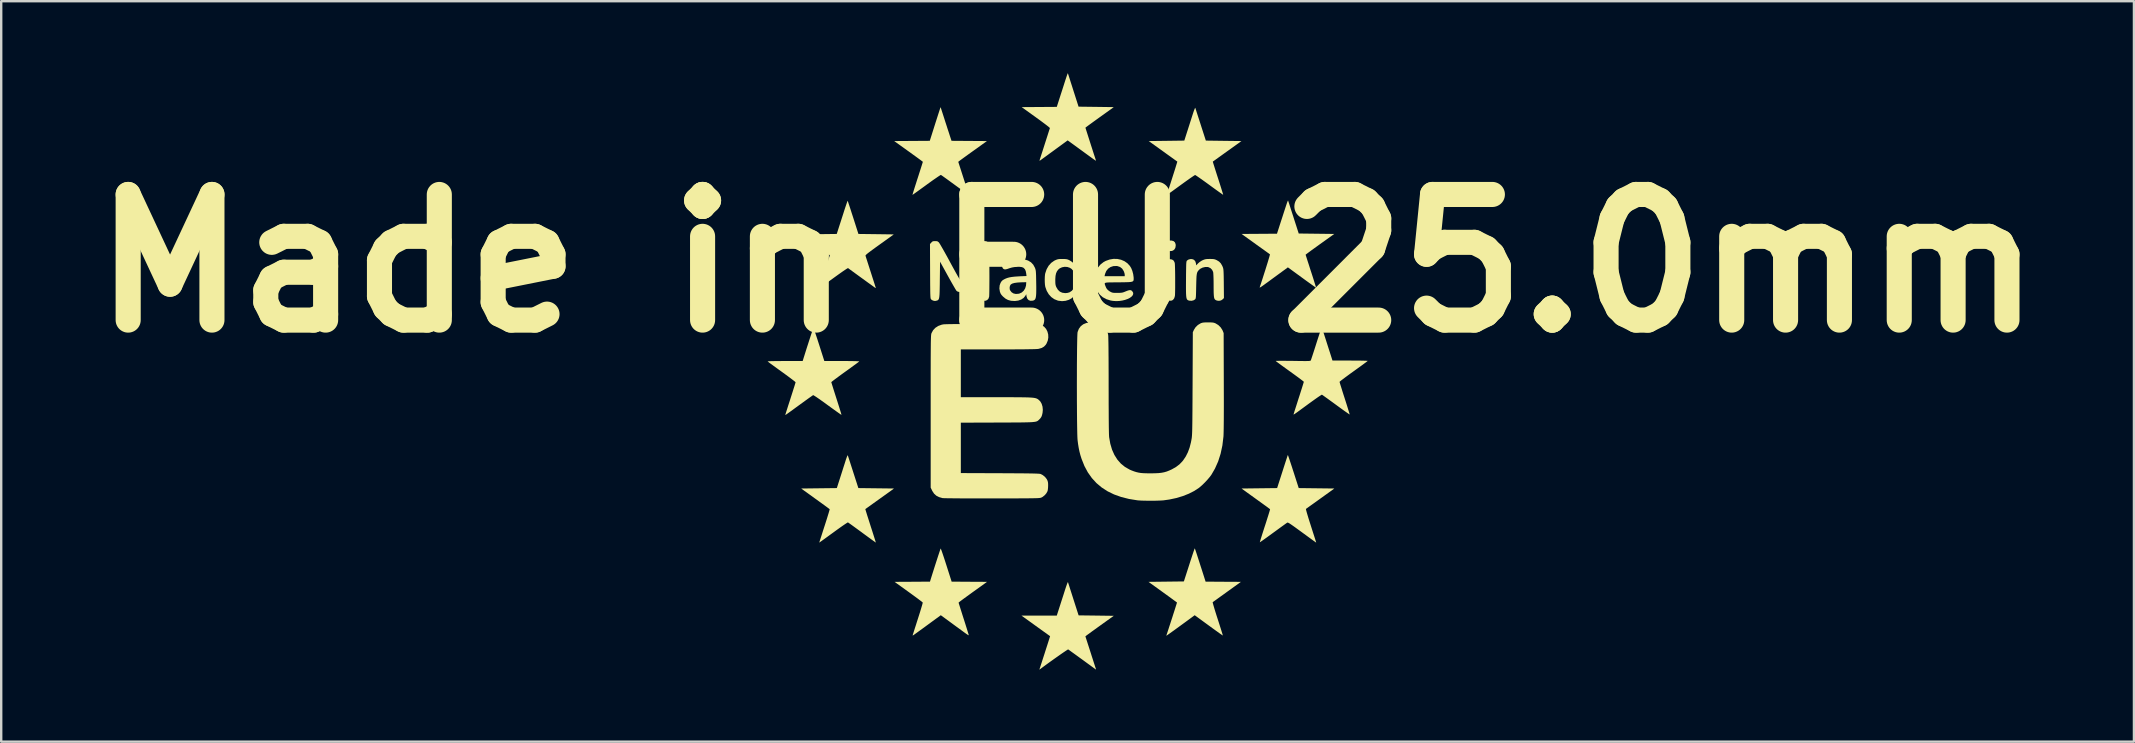
<source format=kicad_pcb>
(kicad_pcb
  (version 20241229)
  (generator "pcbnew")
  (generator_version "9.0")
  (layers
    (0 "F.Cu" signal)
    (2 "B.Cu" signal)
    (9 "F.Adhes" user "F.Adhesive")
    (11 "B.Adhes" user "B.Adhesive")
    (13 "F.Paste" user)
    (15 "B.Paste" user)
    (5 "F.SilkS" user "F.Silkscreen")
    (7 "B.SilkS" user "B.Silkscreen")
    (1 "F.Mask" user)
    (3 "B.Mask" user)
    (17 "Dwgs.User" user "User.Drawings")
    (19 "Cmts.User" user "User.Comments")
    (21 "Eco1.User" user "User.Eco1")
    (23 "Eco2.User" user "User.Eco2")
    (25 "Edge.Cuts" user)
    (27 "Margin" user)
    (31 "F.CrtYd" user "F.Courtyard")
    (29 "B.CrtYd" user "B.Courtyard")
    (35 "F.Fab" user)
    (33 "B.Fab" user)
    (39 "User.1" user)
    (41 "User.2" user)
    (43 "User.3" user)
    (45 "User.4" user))
  (footprint "Made in EU 25.0mm"
    (layer "F.Cu")
    (at 41.428 12.419)
    (property "Reference" "Made in EU 25.0mm" (at 0 -4.5 180) (layer "F.SilkS") (effects (font (size 5.235 5.235) (thickness 1.045))))
    (attr board_only exclude_from_pos_files exclude_from_bom)
    (fp_poly (pts (xy 4.34 -5.446) (xy 4.42 -5.421) (xy 4.473 -5.372) (xy 4.501 -5.299) (xy 4.506 -5.234) (xy 4.49 -5.142) (xy 4.445 -5.069) (xy 4.39 -5.029) (xy 4.327 -5.011) (xy 4.246 -5.008) (xy 4.165 -5.018) (xy 4.116 -5.033) (xy 4.059 -5.077) (xy 4.022 -5.142) (xy 4.006 -5.22) (xy 4.012 -5.299) (xy 4.043 -5.369) (xy 4.067 -5.397) (xy 4.106 -5.425) (xy 4.158 -5.441) (xy 4.231 -5.449)) (stroke (width 0) (type solid)) (fill yes) (layer "F.SilkS"))
    (fp_poly (pts (xy 4.351 -4.657) (xy 4.415 -4.616) (xy 4.455 -4.546) (xy 4.467 -4.502) (xy 4.471 -4.462) (xy 4.474 -4.391) (xy 4.477 -4.293) (xy 4.48 -4.176) (xy 4.482 -4.043) (xy 4.483 -3.902) (xy 4.483 -3.757) (xy 4.483 -3.615) (xy 4.483 -3.481) (xy 4.481 -3.36) (xy 4.479 -3.259) (xy 4.476 -3.182) (xy 4.472 -3.137) (xy 4.444 -3.043) (xy 4.409 -2.995) (xy 4.37 -2.96) (xy 4.329 -2.944) (xy 4.268 -2.94) (xy 4.265 -2.94) (xy 4.185 -2.949) (xy 4.126 -2.977) (xy 4.125 -2.978) (xy 4.087 -3.022) (xy 4.059 -3.079) (xy 4.057 -3.085) (xy 4.052 -3.123) (xy 4.048 -3.193) (xy 4.044 -3.289) (xy 4.041 -3.405) (xy 4.039 -3.538) (xy 4.038 -3.68) (xy 4.038 -3.827) (xy 4.039 -3.973) (xy 4.04 -4.113) (xy 4.042 -4.242) (xy 4.045 -4.353) (xy 4.049 -4.442) (xy 4.053 -4.502) (xy 4.057 -4.525) (xy 4.094 -4.602) (xy 4.156 -4.65) (xy 4.241 -4.67) (xy 4.263 -4.67)) (stroke (width 0) (type solid)) (fill yes) (layer "F.SilkS"))
    (fp_poly (pts (xy 9.189 -7.11) (xy 9.189 -7.108) (xy 9.197 -7.085) (xy 9.215 -7.03) (xy 9.242 -6.948) (xy 9.276 -6.842) (xy 9.316 -6.718) (xy 9.361 -6.578) (xy 9.41 -6.428) (xy 9.415 -6.41) (xy 9.631 -5.74) (xy 10.371 -5.731) (xy 11.111 -5.722) (xy 10.514 -5.295) (xy 10.383 -5.2) (xy 10.262 -5.113) (xy 10.154 -5.035) (xy 10.063 -4.968) (xy 9.991 -4.914) (xy 9.942 -4.877) (xy 9.919 -4.859) (xy 9.918 -4.857) (xy 9.924 -4.838) (xy 9.94 -4.787) (xy 9.965 -4.709) (xy 9.997 -4.607) (xy 10.037 -4.485) (xy 10.081 -4.347) (xy 10.129 -4.197) (xy 10.139 -4.168) (xy 10.188 -4.017) (xy 10.233 -3.877) (xy 10.272 -3.752) (xy 10.305 -3.647) (xy 10.331 -3.564) (xy 10.347 -3.509) (xy 10.354 -3.484) (xy 10.354 -3.483) (xy 10.338 -3.492) (xy 10.296 -3.521) (xy 10.23 -3.567) (xy 10.144 -3.629) (xy 10.041 -3.703) (xy 9.924 -3.787) (xy 9.797 -3.88) (xy 9.765 -3.903) (xy 9.18 -4.33) (xy 8.623 -3.923) (xy 8.469 -3.81) (xy 8.343 -3.717) (xy 8.241 -3.644) (xy 8.162 -3.586) (xy 8.102 -3.544) (xy 8.059 -3.515) (xy 8.03 -3.498) (xy 8.014 -3.49) (xy 8.006 -3.491) (xy 8.005 -3.497) (xy 8.008 -3.509) (xy 8.009 -3.511) (xy 8.069 -3.693) (xy 8.128 -3.874) (xy 8.184 -4.05) (xy 8.238 -4.218) (xy 8.287 -4.375) (xy 8.331 -4.516) (xy 8.368 -4.639) (xy 8.398 -4.739) (xy 8.419 -4.814) (xy 8.43 -4.861) (xy 8.431 -4.874) (xy 8.413 -4.887) (xy 8.369 -4.919) (xy 8.3 -4.968) (xy 8.212 -5.032) (xy 8.107 -5.107) (xy 7.988 -5.192) (xy 7.859 -5.284) (xy 7.833 -5.303) (xy 7.25 -5.722) (xy 7.988 -5.727) (xy 8.725 -5.732) (xy 8.885 -6.229) (xy 8.951 -6.432) (xy 9.006 -6.603) (xy 9.052 -6.744) (xy 9.089 -6.857) (xy 9.118 -6.945) (xy 9.141 -7.012) (xy 9.158 -7.059) (xy 9.171 -7.09) (xy 9.179 -7.107) (xy 9.185 -7.113)) (stroke (width 0) (type solid)) (fill yes) (layer "F.SilkS"))
    (fp_poly (pts (xy 0.024 8.807) (xy 0.041 8.862) (xy 0.068 8.944) (xy 0.101 9.049) (xy 0.141 9.174) (xy 0.186 9.314) (xy 0.234 9.465) (xy 0.242 9.49) (xy 0.46 10.169) (xy 1.192 10.178) (xy 1.924 10.188) (xy 1.376 10.581) (xy 1.248 10.673) (xy 1.129 10.759) (xy 1.021 10.836) (xy 0.93 10.903) (xy 0.857 10.956) (xy 0.808 10.992) (xy 0.786 11.009) (xy 0.743 11.044) (xy 0.959 11.713) (xy 1.007 11.865) (xy 1.053 12.006) (xy 1.093 12.132) (xy 1.128 12.239) (xy 1.155 12.324) (xy 1.174 12.381) (xy 1.183 12.408) (xy 1.183 12.409) (xy 1.183 12.425) (xy 1.168 12.417) (xy 1.142 12.397) (xy 1.091 12.36) (xy 1.019 12.308) (xy 0.931 12.243) (xy 0.83 12.17) (xy 0.721 12.09) (xy 0.607 12.007) (xy 0.493 11.925) (xy 0.382 11.844) (xy 0.28 11.77) (xy 0.189 11.705) (xy 0.115 11.651) (xy 0.06 11.611) (xy 0.03 11.59) (xy 0.025 11.587) (xy 0.007 11.595) (xy -0.037 11.623) (xy -0.103 11.667) (xy -0.188 11.724) (xy -0.288 11.793) (xy -0.397 11.87) (xy -0.514 11.952) (xy -0.633 12.037) (xy -0.752 12.122) (xy -0.865 12.204) (xy -0.969 12.28) (xy -1.061 12.348) (xy -1.136 12.405) (xy -1.153 12.418) (xy -1.172 12.429) (xy -1.169 12.412) (xy -1.169 12.411) (xy -1.161 12.387) (xy -1.143 12.332) (xy -1.117 12.251) (xy -1.084 12.151) (xy -1.047 12.034) (xy -1.006 11.907) (xy -0.963 11.775) (xy -0.921 11.642) (xy -0.879 11.513) (xy -0.841 11.394) (xy -0.807 11.289) (xy -0.78 11.203) (xy -0.761 11.142) (xy -0.752 11.114) (xy -0.728 11.036) (xy -1.325 10.607) (xy -1.922 10.178) (xy -1.185 10.178) (xy -0.449 10.178) (xy -0.316 9.764) (xy -0.271 9.623) (xy -0.222 9.472) (xy -0.174 9.322) (xy -0.13 9.184) (xy -0.093 9.068) (xy -0.088 9.054) (xy -0.056 8.958) (xy -0.028 8.878) (xy -0.005 8.82) (xy 0.01 8.787) (xy 0.016 8.784)) (stroke (width 0) (type solid)) (fill yes) (layer "F.SilkS"))
    (fp_poly (pts (xy -5.137 -10.532) (xy -5.092 -10.39) (xy -5.045 -10.247) (xy -5.001 -10.109) (xy -4.96 -9.985) (xy -4.927 -9.883) (xy -4.91 -9.83) (xy -4.835 -9.602) (xy -4.097 -9.597) (xy -3.359 -9.592) (xy -3.889 -9.212) (xy -4.016 -9.121) (xy -4.136 -9.035) (xy -4.245 -8.956) (xy -4.339 -8.888) (xy -4.413 -8.834) (xy -4.465 -8.796) (xy -4.487 -8.78) (xy -4.554 -8.727) (xy -4.334 -8.044) (xy -4.285 -7.892) (xy -4.241 -7.752) (xy -4.201 -7.626) (xy -4.168 -7.52) (xy -4.143 -7.437) (xy -4.127 -7.381) (xy -4.12 -7.356) (xy -4.12 -7.354) (xy -4.136 -7.364) (xy -4.179 -7.393) (xy -4.244 -7.439) (xy -4.33 -7.5) (xy -4.433 -7.574) (xy -4.549 -7.657) (xy -4.675 -7.749) (xy -4.69 -7.76) (xy -4.818 -7.853) (xy -4.937 -7.94) (xy -5.043 -8.017) (xy -5.134 -8.082) (xy -5.205 -8.133) (xy -5.254 -8.166) (xy -5.276 -8.181) (xy -5.277 -8.181) (xy -5.296 -8.173) (xy -5.343 -8.144) (xy -5.412 -8.098) (xy -5.501 -8.037) (xy -5.607 -7.964) (xy -5.725 -7.879) (xy -5.853 -7.787) (xy -5.876 -7.77) (xy -6.005 -7.676) (xy -6.124 -7.59) (xy -6.23 -7.513) (xy -6.32 -7.449) (xy -6.391 -7.398) (xy -6.438 -7.365) (xy -6.46 -7.35) (xy -6.461 -7.35) (xy -6.457 -7.367) (xy -6.444 -7.416) (xy -6.421 -7.492) (xy -6.39 -7.592) (xy -6.352 -7.713) (xy -6.308 -7.85) (xy -6.261 -7.999) (xy -6.249 -8.034) (xy -6.2 -8.186) (xy -6.155 -8.327) (xy -6.115 -8.452) (xy -6.081 -8.559) (xy -6.055 -8.643) (xy -6.037 -8.7) (xy -6.029 -8.726) (xy -6.029 -8.727) (xy -6.043 -8.739) (xy -6.085 -8.771) (xy -6.151 -8.82) (xy -6.237 -8.883) (xy -6.34 -8.958) (xy -6.458 -9.043) (xy -6.586 -9.136) (xy -6.626 -9.164) (xy -7.223 -9.592) (xy -6.482 -9.597) (xy -5.74 -9.602) (xy -5.565 -10.155) (xy -5.519 -10.3) (xy -5.474 -10.441) (xy -5.432 -10.572) (xy -5.395 -10.687) (xy -5.365 -10.78) (xy -5.344 -10.845) (xy -5.34 -10.858) (xy -5.29 -11.006)) (stroke (width 0) (type solid)) (fill yes) (layer "F.SilkS"))
    (fp_poly (pts (xy -5.279 7.397) (xy -5.261 7.443) (xy -5.234 7.517) (xy -5.2 7.616) (xy -5.16 7.735) (xy -5.115 7.871) (xy -5.067 8.021) (xy -5.052 8.067) (xy -4.83 8.764) (xy -4.093 8.769) (xy -3.355 8.773) (xy -3.948 9.199) (xy -4.078 9.293) (xy -4.199 9.381) (xy -4.307 9.459) (xy -4.397 9.526) (xy -4.469 9.58) (xy -4.517 9.617) (xy -4.539 9.636) (xy -4.54 9.637) (xy -4.535 9.658) (xy -4.519 9.709) (xy -4.494 9.788) (xy -4.462 9.891) (xy -4.423 10.013) (xy -4.38 10.15) (xy -4.332 10.3) (xy -4.326 10.318) (xy -4.278 10.468) (xy -4.234 10.608) (xy -4.195 10.732) (xy -4.163 10.837) (xy -4.138 10.919) (xy -4.122 10.974) (xy -4.116 10.998) (xy -4.117 10.999) (xy -4.132 10.994) (xy -4.172 10.971) (xy -4.228 10.933) (xy -4.28 10.896) (xy -4.338 10.853) (xy -4.42 10.793) (xy -4.521 10.719) (xy -4.634 10.637) (xy -4.753 10.55) (xy -4.859 10.472) (xy -5.281 10.163) (xy -5.79 10.535) (xy -5.914 10.626) (xy -6.033 10.713) (xy -6.141 10.791) (xy -6.235 10.859) (xy -6.309 10.913) (xy -6.361 10.95) (xy -6.38 10.964) (xy -6.426 10.996) (xy -6.449 11.007) (xy -6.454 10.999) (xy -6.448 10.976) (xy -6.439 10.949) (xy -6.42 10.89) (xy -6.393 10.805) (xy -6.359 10.697) (xy -6.318 10.571) (xy -6.274 10.431) (xy -6.23 10.294) (xy -6.183 10.147) (xy -6.14 10.01) (xy -6.103 9.888) (xy -6.073 9.786) (xy -6.05 9.706) (xy -6.037 9.654) (xy -6.034 9.634) (xy -6.051 9.618) (xy -6.094 9.583) (xy -6.162 9.532) (xy -6.249 9.466) (xy -6.354 9.389) (xy -6.472 9.303) (xy -6.6 9.21) (xy -6.625 9.192) (xy -7.208 8.773) (xy -6.47 8.769) (xy -5.732 8.764) (xy -5.697 8.648) (xy -5.66 8.53) (xy -5.619 8.4) (xy -5.575 8.261) (xy -5.53 8.119) (xy -5.484 7.977) (xy -5.44 7.841) (xy -5.399 7.714) (xy -5.362 7.602) (xy -5.331 7.508) (xy -5.307 7.437) (xy -5.292 7.395) (xy -5.287 7.383)) (stroke (width 0) (type solid)) (fill yes) (layer "F.SilkS"))
    (fp_poly (pts (xy 2.076 -4.68) (xy 2.229 -4.647) (xy 2.37 -4.587) (xy 2.493 -4.501) (xy 2.595 -4.391) (xy 2.651 -4.3) (xy 2.699 -4.182) (xy 2.734 -4.049) (xy 2.752 -3.918) (xy 2.754 -3.878) (xy 2.754 -3.834) (xy 2.751 -3.799) (xy 2.741 -3.771) (xy 2.721 -3.75) (xy 2.687 -3.734) (xy 2.636 -3.723) (xy 2.564 -3.716) (xy 2.467 -3.712) (xy 2.341 -3.709) (xy 2.183 -3.707) (xy 2.11 -3.707) (xy 1.947 -3.705) (xy 1.817 -3.704) (xy 1.717 -3.702) (xy 1.644 -3.698) (xy 1.594 -3.69) (xy 1.564 -3.68) (xy 1.55 -3.664) (xy 1.548 -3.643) (xy 1.555 -3.615) (xy 1.568 -3.579) (xy 1.574 -3.561) (xy 1.616 -3.463) (xy 1.673 -3.391) (xy 1.752 -3.331) (xy 1.775 -3.319) (xy 1.82 -3.295) (xy 1.86 -3.28) (xy 1.904 -3.271) (xy 1.964 -3.267) (xy 2.048 -3.267) (xy 2.075 -3.267) (xy 2.171 -3.268) (xy 2.241 -3.273) (xy 2.296 -3.282) (xy 2.349 -3.299) (xy 2.4 -3.32) (xy 2.496 -3.358) (xy 2.566 -3.379) (xy 2.618 -3.381) (xy 2.659 -3.367) (xy 2.688 -3.343) (xy 2.729 -3.283) (xy 2.736 -3.223) (xy 2.713 -3.165) (xy 2.664 -3.109) (xy 2.593 -3.058) (xy 2.502 -3.013) (xy 2.396 -2.975) (xy 2.277 -2.947) (xy 2.151 -2.929) (xy 2.02 -2.924) (xy 1.887 -2.933) (xy 1.794 -2.949) (xy 1.618 -3.004) (xy 1.468 -3.085) (xy 1.345 -3.192) (xy 1.248 -3.324) (xy 1.181 -3.478) (xy 1.142 -3.654) (xy 1.133 -3.805) (xy 1.145 -3.963) (xy 1.541 -3.963) (xy 1.962 -3.963) (xy 2.382 -3.963) (xy 2.382 -4.024) (xy 2.374 -4.075) (xy 2.353 -4.141) (xy 2.336 -4.181) (xy 2.273 -4.278) (xy 2.187 -4.345) (xy 2.08 -4.382) (xy 2.041 -4.387) (xy 1.908 -4.382) (xy 1.79 -4.343) (xy 1.69 -4.275) (xy 1.613 -4.179) (xy 1.563 -4.059) (xy 1.554 -4.024) (xy 1.541 -3.963) (xy 1.145 -3.963) (xy 1.147 -3.999) (xy 1.192 -4.171) (xy 1.265 -4.32) (xy 1.368 -4.446) (xy 1.499 -4.549) (xy 1.593 -4.6) (xy 1.754 -4.657) (xy 1.916 -4.684)) (stroke (width 0) (type solid)) (fill yes) (layer "F.SilkS"))
    (fp_poly (pts (xy 5.303 7.385) (xy 5.311 7.404) (xy 5.322 7.436) (xy 5.339 7.486) (xy 5.362 7.554) (xy 5.392 7.645) (xy 5.429 7.76) (xy 5.475 7.902) (xy 5.53 8.074) (xy 5.596 8.278) (xy 5.61 8.322) (xy 5.751 8.764) (xy 6.487 8.769) (xy 7.223 8.773) (xy 6.641 9.192) (xy 6.512 9.286) (xy 6.391 9.372) (xy 6.283 9.45) (xy 6.192 9.516) (xy 6.119 9.568) (xy 6.07 9.603) (xy 6.047 9.62) (xy 6.046 9.62) (xy 6.048 9.64) (xy 6.061 9.69) (xy 6.083 9.769) (xy 6.113 9.871) (xy 6.15 9.993) (xy 6.193 10.131) (xy 6.241 10.281) (xy 6.253 10.317) (xy 6.302 10.469) (xy 6.347 10.61) (xy 6.387 10.736) (xy 6.42 10.842) (xy 6.446 10.926) (xy 6.462 10.982) (xy 6.469 11.008) (xy 6.469 11.009) (xy 6.454 11) (xy 6.411 10.971) (xy 6.345 10.925) (xy 6.259 10.863) (xy 6.156 10.789) (xy 6.039 10.705) (xy 5.912 10.612) (xy 5.88 10.589) (xy 5.297 10.163) (xy 5.202 10.233) (xy 5.078 10.324) (xy 4.949 10.419) (xy 4.817 10.515) (xy 4.688 10.609) (xy 4.563 10.7) (xy 4.448 10.784) (xy 4.344 10.858) (xy 4.256 10.921) (xy 4.187 10.97) (xy 4.141 11.002) (xy 4.121 11.016) (xy 4.121 11.016) (xy 4.117 11.004) (xy 4.118 11.002) (xy 4.125 10.982) (xy 4.142 10.931) (xy 4.167 10.855) (xy 4.199 10.758) (xy 4.236 10.643) (xy 4.277 10.518) (xy 4.32 10.385) (xy 4.364 10.25) (xy 4.406 10.117) (xy 4.447 9.991) (xy 4.483 9.878) (xy 4.514 9.78) (xy 4.538 9.704) (xy 4.553 9.654) (xy 4.559 9.634) (xy 4.559 9.634) (xy 4.544 9.622) (xy 4.503 9.591) (xy 4.437 9.543) (xy 4.351 9.48) (xy 4.248 9.405) (xy 4.131 9.32) (xy 4.002 9.227) (xy 3.965 9.2) (xy 3.371 8.773) (xy 4.109 8.764) (xy 4.846 8.755) (xy 5.069 8.062) (xy 5.118 7.909) (xy 5.164 7.769) (xy 5.205 7.644) (xy 5.24 7.539) (xy 5.269 7.457) (xy 5.288 7.402) (xy 5.299 7.378) (xy 5.3 7.377)) (stroke (width 0) (type solid)) (fill yes) (layer "F.SilkS"))
    (fp_poly (pts (xy 0.019 -12.398) (xy 0.036 -12.346) (xy 0.062 -12.266) (xy 0.095 -12.162) (xy 0.134 -12.038) (xy 0.179 -11.899) (xy 0.227 -11.748) (xy 0.238 -11.713) (xy 0.458 -11.025) (xy 1.192 -11.016) (xy 1.926 -11.006) (xy 1.335 -10.582) (xy 1.205 -10.488) (xy 1.084 -10.401) (xy 0.977 -10.323) (xy 0.886 -10.257) (xy 0.815 -10.204) (xy 0.767 -10.168) (xy 0.745 -10.15) (xy 0.744 -10.149) (xy 0.75 -10.131) (xy 0.765 -10.082) (xy 0.789 -10.007) (xy 0.82 -9.91) (xy 0.856 -9.797) (xy 0.896 -9.672) (xy 0.938 -9.54) (xy 0.981 -9.405) (xy 1.024 -9.273) (xy 1.064 -9.147) (xy 1.101 -9.033) (xy 1.133 -8.936) (xy 1.158 -8.859) (xy 1.172 -8.815) (xy 1.178 -8.799) (xy 1.183 -8.786) (xy 1.183 -8.778) (xy 1.177 -8.777) (xy 1.161 -8.784) (xy 1.133 -8.802) (xy 1.09 -8.832) (xy 1.029 -8.875) (xy 0.948 -8.934) (xy 0.844 -9.01) (xy 0.713 -9.105) (xy 0.633 -9.164) (xy 0.509 -9.254) (xy 0.392 -9.339) (xy 0.287 -9.416) (xy 0.197 -9.481) (xy 0.127 -9.532) (xy 0.08 -9.566) (xy 0.063 -9.579) (xy 0.004 -9.62) (xy -0.496 -9.255) (xy -0.62 -9.164) (xy -0.739 -9.078) (xy -0.847 -8.998) (xy -0.941 -8.93) (xy -1.017 -8.875) (xy -1.069 -8.837) (xy -1.086 -8.824) (xy -1.136 -8.788) (xy -1.161 -8.774) (xy -1.169 -8.778) (xy -1.163 -8.8) (xy -1.163 -8.803) (xy -1.154 -8.829) (xy -1.136 -8.886) (xy -1.11 -8.968) (xy -1.077 -9.071) (xy -1.039 -9.188) (xy -0.998 -9.317) (xy -0.955 -9.451) (xy -0.912 -9.585) (xy -0.87 -9.716) (xy -0.831 -9.837) (xy -0.797 -9.944) (xy -0.769 -10.032) (xy -0.748 -10.095) (xy -0.737 -10.13) (xy -0.736 -10.134) (xy -0.749 -10.149) (xy -0.789 -10.184) (xy -0.853 -10.235) (xy -0.938 -10.3) (xy -1.04 -10.376) (xy -1.157 -10.463) (xy -1.285 -10.555) (xy -1.32 -10.581) (xy -1.912 -11.006) (xy -1.18 -11.011) (xy -0.449 -11.016) (xy -0.316 -11.43) (xy -0.271 -11.571) (xy -0.222 -11.722) (xy -0.174 -11.872) (xy -0.13 -12.01) (xy -0.093 -12.126) (xy -0.088 -12.14) (xy -0.056 -12.237) (xy -0.029 -12.318) (xy -0.007 -12.379) (xy 0.008 -12.414) (xy 0.012 -12.419)) (stroke (width 0) (type solid)) (fill yes) (layer "F.SilkS"))
    (fp_poly (pts (xy 9.185 3.503) (xy 9.202 3.55) (xy 9.228 3.626) (xy 9.261 3.725) (xy 9.301 3.845) (xy 9.346 3.981) (xy 9.394 4.131) (xy 9.408 4.173) (xy 9.631 4.866) (xy 10.373 4.875) (xy 11.116 4.884) (xy 10.533 5.303) (xy 10.402 5.397) (xy 10.281 5.484) (xy 10.173 5.561) (xy 10.08 5.627) (xy 10.007 5.68) (xy 9.957 5.716) (xy 9.933 5.733) (xy 9.932 5.734) (xy 9.933 5.754) (xy 9.945 5.806) (xy 9.967 5.887) (xy 9.999 5.995) (xy 10.038 6.126) (xy 10.086 6.277) (xy 10.138 6.44) (xy 10.187 6.593) (xy 10.232 6.735) (xy 10.273 6.861) (xy 10.307 6.968) (xy 10.333 7.052) (xy 10.351 7.109) (xy 10.358 7.136) (xy 10.359 7.138) (xy 10.343 7.128) (xy 10.301 7.098) (xy 10.236 7.051) (xy 10.15 6.989) (xy 10.047 6.914) (xy 9.931 6.829) (xy 9.803 6.736) (xy 9.771 6.712) (xy 9.622 6.604) (xy 9.5 6.515) (xy 9.403 6.445) (xy 9.326 6.392) (xy 9.268 6.352) (xy 9.225 6.326) (xy 9.194 6.31) (xy 9.173 6.304) (xy 9.158 6.304) (xy 9.147 6.308) (xy 9.124 6.325) (xy 9.074 6.36) (xy 9.001 6.413) (xy 8.909 6.479) (xy 8.802 6.557) (xy 8.683 6.644) (xy 8.563 6.731) (xy 8.438 6.822) (xy 8.323 6.906) (xy 8.221 6.979) (xy 8.135 7.04) (xy 8.069 7.086) (xy 8.027 7.114) (xy 8.01 7.123) (xy 8.014 7.105) (xy 8.029 7.055) (xy 8.052 6.977) (xy 8.084 6.875) (xy 8.122 6.754) (xy 8.166 6.617) (xy 8.214 6.467) (xy 8.224 6.438) (xy 8.273 6.286) (xy 8.317 6.146) (xy 8.357 6.021) (xy 8.39 5.914) (xy 8.415 5.831) (xy 8.431 5.775) (xy 8.437 5.749) (xy 8.437 5.748) (xy 8.42 5.733) (xy 8.379 5.702) (xy 8.318 5.656) (xy 8.244 5.602) (xy 8.211 5.579) (xy 8.13 5.52) (xy 8.027 5.446) (xy 7.909 5.361) (xy 7.786 5.272) (xy 7.664 5.184) (xy 7.62 5.153) (xy 7.248 4.884) (xy 7.99 4.875) (xy 8.731 4.866) (xy 8.951 4.181) (xy 9 4.028) (xy 9.045 3.888) (xy 9.086 3.762) (xy 9.121 3.655) (xy 9.148 3.572) (xy 9.167 3.515) (xy 9.177 3.489) (xy 9.178 3.488)) (stroke (width 0) (type solid)) (fill yes) (layer "F.SilkS"))
    (fp_poly (pts (xy -9.157 3.498) (xy -9.15 3.522) (xy -9.132 3.577) (xy -9.105 3.659) (xy -9.071 3.764) (xy -9.031 3.889) (xy -8.986 4.028) (xy -8.937 4.179) (xy -8.932 4.196) (xy -8.716 4.866) (xy -7.973 4.875) (xy -7.23 4.884) (xy -7.825 5.311) (xy -7.956 5.405) (xy -8.078 5.492) (xy -8.186 5.57) (xy -8.278 5.636) (xy -8.351 5.688) (xy -8.4 5.723) (xy -8.424 5.74) (xy -8.426 5.742) (xy -8.421 5.76) (xy -8.407 5.809) (xy -8.383 5.886) (xy -8.352 5.988) (xy -8.313 6.109) (xy -8.269 6.247) (xy -8.221 6.397) (xy -8.208 6.44) (xy -8.158 6.593) (xy -8.113 6.734) (xy -8.073 6.861) (xy -8.039 6.968) (xy -8.013 7.052) (xy -7.996 7.109) (xy -7.988 7.136) (xy -7.988 7.137) (xy -8.003 7.127) (xy -8.045 7.097) (xy -8.111 7.05) (xy -8.196 6.988) (xy -8.298 6.914) (xy -8.414 6.829) (xy -8.54 6.737) (xy -8.559 6.722) (xy -8.688 6.628) (xy -8.807 6.541) (xy -8.914 6.463) (xy -9.005 6.397) (xy -9.077 6.346) (xy -9.126 6.311) (xy -9.149 6.296) (xy -9.15 6.295) (xy -9.169 6.304) (xy -9.215 6.332) (xy -9.285 6.378) (xy -9.374 6.439) (xy -9.479 6.513) (xy -9.598 6.598) (xy -9.726 6.691) (xy -9.759 6.715) (xy -9.889 6.809) (xy -10.008 6.896) (xy -10.114 6.973) (xy -10.204 7.038) (xy -10.275 7.089) (xy -10.323 7.123) (xy -10.345 7.137) (xy -10.346 7.138) (xy -10.34 7.12) (xy -10.325 7.07) (xy -10.3 6.992) (xy -10.267 6.89) (xy -10.228 6.769) (xy -10.184 6.631) (xy -10.136 6.481) (xy -10.124 6.446) (xy -10.075 6.293) (xy -10.03 6.152) (xy -9.991 6.025) (xy -9.958 5.918) (xy -9.933 5.833) (xy -9.917 5.775) (xy -9.911 5.748) (xy -9.911 5.746) (xy -9.927 5.733) (xy -9.971 5.7) (xy -10.038 5.65) (xy -10.125 5.586) (xy -10.23 5.51) (xy -10.348 5.425) (xy -10.476 5.332) (xy -10.509 5.309) (xy -11.099 4.884) (xy -10.356 4.875) (xy -9.613 4.866) (xy -9.467 4.41) (xy -9.422 4.269) (xy -9.376 4.125) (xy -9.332 3.985) (xy -9.291 3.859) (xy -9.258 3.756) (xy -9.245 3.712) (xy -9.216 3.627) (xy -9.191 3.559) (xy -9.171 3.514) (xy -9.159 3.497)) (stroke (width 0) (type solid)) (fill yes) (layer "F.SilkS"))
    (fp_poly (pts (xy 5.328 -10.954) (xy 5.346 -10.9) (xy 5.372 -10.818) (xy 5.406 -10.712) (xy 5.446 -10.588) (xy 5.491 -10.449) (xy 5.54 -10.298) (xy 5.545 -10.281) (xy 5.761 -9.611) (xy 6.503 -9.601) (xy 7.245 -9.592) (xy 6.651 -9.166) (xy 6.52 -9.072) (xy 6.399 -8.985) (xy 6.29 -8.907) (xy 6.198 -8.841) (xy 6.126 -8.789) (xy 6.076 -8.754) (xy 6.053 -8.737) (xy 6.051 -8.736) (xy 6.056 -8.718) (xy 6.07 -8.668) (xy 6.094 -8.591) (xy 6.126 -8.49) (xy 6.164 -8.369) (xy 6.208 -8.231) (xy 6.256 -8.082) (xy 6.268 -8.046) (xy 6.317 -7.893) (xy 6.362 -7.752) (xy 6.401 -7.627) (xy 6.434 -7.52) (xy 6.46 -7.437) (xy 6.477 -7.38) (xy 6.484 -7.354) (xy 6.484 -7.353) (xy 6.468 -7.362) (xy 6.425 -7.391) (xy 6.36 -7.437) (xy 6.274 -7.498) (xy 6.171 -7.572) (xy 6.055 -7.656) (xy 5.929 -7.748) (xy 5.91 -7.762) (xy 5.781 -7.856) (xy 5.661 -7.942) (xy 5.554 -8.018) (xy 5.462 -8.082) (xy 5.389 -8.132) (xy 5.339 -8.165) (xy 5.315 -8.178) (xy 5.314 -8.178) (xy 5.293 -8.167) (xy 5.246 -8.137) (xy 5.175 -8.089) (xy 5.085 -8.027) (xy 4.98 -7.952) (xy 4.861 -7.867) (xy 4.734 -7.775) (xy 4.719 -7.764) (xy 4.591 -7.671) (xy 4.473 -7.585) (xy 4.368 -7.509) (xy 4.279 -7.445) (xy 4.21 -7.396) (xy 4.163 -7.363) (xy 4.143 -7.35) (xy 4.142 -7.35) (xy 4.141 -7.365) (xy 4.15 -7.401) (xy 4.175 -7.478) (xy 4.207 -7.576) (xy 4.244 -7.691) (xy 4.285 -7.818) (xy 4.328 -7.952) (xy 4.371 -8.088) (xy 4.414 -8.223) (xy 4.455 -8.351) (xy 4.492 -8.468) (xy 4.523 -8.57) (xy 4.548 -8.651) (xy 4.565 -8.707) (xy 4.573 -8.734) (xy 4.573 -8.736) (xy 4.558 -8.747) (xy 4.515 -8.778) (xy 4.449 -8.825) (xy 4.362 -8.888) (xy 4.258 -8.963) (xy 4.14 -9.047) (xy 4.012 -9.14) (xy 3.975 -9.166) (xy 3.382 -9.592) (xy 4.123 -9.601) (xy 4.864 -9.611) (xy 4.995 -10.02) (xy 5.04 -10.16) (xy 5.088 -10.31) (xy 5.135 -10.457) (xy 5.178 -10.593) (xy 5.214 -10.705) (xy 5.218 -10.717) (xy 5.249 -10.812) (xy 5.277 -10.89) (xy 5.3 -10.946) (xy 5.315 -10.976) (xy 5.32 -10.978)) (stroke (width 0) (type solid)) (fill yes) (layer "F.SilkS"))
    (fp_poly (pts (xy -9.154 -7.083) (xy -9.137 -7.033) (xy -9.111 -6.954) (xy -9.077 -6.852) (xy -9.037 -6.73) (xy -8.993 -6.592) (xy -8.944 -6.442) (xy -8.933 -6.408) (xy -8.714 -5.722) (xy -7.977 -5.713) (xy -7.24 -5.703) (xy -7.835 -5.276) (xy -7.987 -5.167) (xy -8.11 -5.077) (xy -8.209 -5.004) (xy -8.285 -4.947) (xy -8.341 -4.903) (xy -8.38 -4.869) (xy -8.404 -4.845) (xy -8.416 -4.827) (xy -8.418 -4.814) (xy -8.418 -4.811) (xy -8.408 -4.782) (xy -8.39 -4.723) (xy -8.363 -4.64) (xy -8.33 -4.537) (xy -8.292 -4.418) (xy -8.251 -4.29) (xy -8.208 -4.157) (xy -8.165 -4.023) (xy -8.124 -3.894) (xy -8.085 -3.774) (xy -8.051 -3.669) (xy -8.024 -3.582) (xy -8.004 -3.52) (xy -7.993 -3.487) (xy -7.992 -3.483) (xy -7.994 -3.468) (xy -8.006 -3.473) (xy -8.025 -3.485) (xy -8.069 -3.517) (xy -8.135 -3.565) (xy -8.219 -3.626) (xy -8.317 -3.696) (xy -8.424 -3.774) (xy -8.537 -3.856) (xy -8.652 -3.939) (xy -8.763 -4.02) (xy -8.868 -4.096) (xy -8.962 -4.165) (xy -9.041 -4.222) (xy -9.101 -4.266) (xy -9.138 -4.294) (xy -9.146 -4.299) (xy -9.165 -4.292) (xy -9.21 -4.265) (xy -9.28 -4.219) (xy -9.37 -4.158) (xy -9.478 -4.082) (xy -9.6 -3.995) (xy -9.734 -3.898) (xy -9.749 -3.887) (xy -9.879 -3.793) (xy -9.999 -3.706) (xy -10.106 -3.628) (xy -10.197 -3.563) (xy -10.269 -3.512) (xy -10.318 -3.477) (xy -10.341 -3.462) (xy -10.342 -3.461) (xy -10.343 -3.475) (xy -10.339 -3.489) (xy -10.331 -3.513) (xy -10.313 -3.568) (xy -10.286 -3.65) (xy -10.252 -3.755) (xy -10.212 -3.879) (xy -10.167 -4.018) (xy -10.12 -4.164) (xy -10.072 -4.312) (xy -10.028 -4.45) (xy -9.989 -4.572) (xy -9.955 -4.675) (xy -9.93 -4.755) (xy -9.912 -4.808) (xy -9.905 -4.829) (xy -9.919 -4.844) (xy -9.959 -4.877) (xy -10.023 -4.928) (xy -10.108 -4.992) (xy -10.211 -5.069) (xy -10.328 -5.155) (xy -10.456 -5.248) (xy -10.494 -5.276) (xy -11.09 -5.703) (xy -10.353 -5.713) (xy -9.616 -5.722) (xy -9.527 -6.001) (xy -9.493 -6.106) (xy -9.451 -6.235) (xy -9.405 -6.38) (xy -9.357 -6.528) (xy -9.312 -6.67) (xy -9.304 -6.696) (xy -9.266 -6.812) (xy -9.231 -6.915) (xy -9.202 -7.001) (xy -9.18 -7.063) (xy -9.166 -7.097) (xy -9.162 -7.102)) (stroke (width 0) (type solid)) (fill yes) (layer "F.SilkS"))
    (fp_poly (pts (xy 6.016 -4.679) (xy 6.081 -4.674) (xy 6.132 -4.664) (xy 6.181 -4.646) (xy 6.22 -4.627) (xy 6.312 -4.571) (xy 6.383 -4.499) (xy 6.44 -4.402) (xy 6.463 -4.351) (xy 6.474 -4.321) (xy 6.483 -4.291) (xy 6.49 -4.256) (xy 6.495 -4.211) (xy 6.499 -4.152) (xy 6.502 -4.075) (xy 6.505 -3.974) (xy 6.507 -3.846) (xy 6.509 -3.686) (xy 6.509 -3.651) (xy 6.515 -3.051) (xy 6.459 -2.996) (xy 6.392 -2.952) (xy 6.309 -2.935) (xy 6.224 -2.945) (xy 6.166 -2.971) (xy 6.143 -2.99) (xy 6.124 -3.015) (xy 6.11 -3.05) (xy 6.1 -3.1) (xy 6.093 -3.169) (xy 6.088 -3.261) (xy 6.086 -3.38) (xy 6.085 -3.531) (xy 6.085 -3.589) (xy 6.084 -3.745) (xy 6.081 -3.881) (xy 6.077 -3.994) (xy 6.072 -4.078) (xy 6.066 -4.131) (xy 6.064 -4.139) (xy 6.022 -4.228) (xy 5.954 -4.297) (xy 5.869 -4.338) (xy 5.839 -4.345) (xy 5.733 -4.345) (xy 5.625 -4.319) (xy 5.53 -4.271) (xy 5.491 -4.239) (xy 5.457 -4.204) (xy 5.43 -4.171) (xy 5.409 -4.135) (xy 5.393 -4.091) (xy 5.382 -4.034) (xy 5.373 -3.96) (xy 5.368 -3.864) (xy 5.364 -3.741) (xy 5.36 -3.587) (xy 5.359 -3.541) (xy 5.356 -3.39) (xy 5.353 -3.272) (xy 5.35 -3.182) (xy 5.347 -3.116) (xy 5.342 -3.07) (xy 5.336 -3.038) (xy 5.328 -3.017) (xy 5.318 -3.003) (xy 5.311 -2.995) (xy 5.248 -2.956) (xy 5.168 -2.937) (xy 5.085 -2.941) (xy 5.048 -2.949) (xy 5.018 -2.96) (xy 4.994 -2.976) (xy 4.974 -3.001) (xy 4.959 -3.037) (xy 4.948 -3.089) (xy 4.941 -3.16) (xy 4.936 -3.252) (xy 4.934 -3.369) (xy 4.933 -3.515) (xy 4.934 -3.692) (xy 4.935 -3.837) (xy 4.936 -4.022) (xy 4.938 -4.174) (xy 4.94 -4.296) (xy 4.942 -4.392) (xy 4.944 -4.464) (xy 4.948 -4.518) (xy 4.952 -4.555) (xy 4.958 -4.581) (xy 4.965 -4.598) (xy 4.974 -4.61) (xy 4.976 -4.613) (xy 5.036 -4.654) (xy 5.115 -4.676) (xy 5.187 -4.675) (xy 5.263 -4.647) (xy 5.317 -4.59) (xy 5.347 -4.506) (xy 5.348 -4.498) (xy 5.361 -4.413) (xy 5.434 -4.493) (xy 5.502 -4.552) (xy 5.586 -4.607) (xy 5.624 -4.626) (xy 5.684 -4.651) (xy 5.736 -4.667) (xy 5.793 -4.676) (xy 5.868 -4.679) (xy 5.927 -4.68)) (stroke (width 0) (type solid)) (fill yes) (layer "F.SilkS"))
    (fp_poly (pts (xy 0.618 -5.418) (xy 0.686 -5.383) (xy 0.712 -5.36) (xy 0.763 -5.303) (xy 0.763 -4.195) (xy 0.763 -3.956) (xy 0.763 -3.751) (xy 0.762 -3.578) (xy 0.761 -3.433) (xy 0.759 -3.315) (xy 0.755 -3.22) (xy 0.751 -3.145) (xy 0.745 -3.088) (xy 0.737 -3.045) (xy 0.728 -3.015) (xy 0.716 -2.993) (xy 0.702 -2.978) (xy 0.685 -2.967) (xy 0.668 -2.958) (xy 0.614 -2.942) (xy 0.543 -2.938) (xy 0.473 -2.944) (xy 0.428 -2.959) (xy 0.389 -2.996) (xy 0.356 -3.057) (xy 0.337 -3.127) (xy 0.335 -3.158) (xy 0.335 -3.209) (xy 0.277 -3.138) (xy 0.177 -3.046) (xy 0.055 -2.978) (xy -0.083 -2.936) (xy -0.23 -2.922) (xy -0.379 -2.939) (xy -0.411 -2.947) (xy -0.553 -3.004) (xy -0.678 -3.092) (xy -0.784 -3.209) (xy -0.868 -3.35) (xy -0.926 -3.513) (xy -0.929 -3.526) (xy -0.942 -3.606) (xy -0.949 -3.709) (xy -0.951 -3.805) (xy -0.511 -3.805) (xy -0.51 -3.708) (xy -0.506 -3.637) (xy -0.496 -3.583) (xy -0.481 -3.536) (xy -0.469 -3.508) (xy -0.403 -3.397) (xy -0.322 -3.32) (xy -0.223 -3.274) (xy -0.103 -3.257) (xy -0.093 -3.257) (xy -0.006 -3.265) (xy 0.072 -3.287) (xy 0.084 -3.291) (xy 0.181 -3.356) (xy 0.254 -3.449) (xy 0.304 -3.571) (xy 0.329 -3.721) (xy 0.331 -3.75) (xy 0.328 -3.919) (xy 0.3 -4.061) (xy 0.246 -4.176) (xy 0.167 -4.265) (xy 0.093 -4.312) (xy -0.009 -4.346) (xy -0.12 -4.353) (xy -0.229 -4.333) (xy -0.325 -4.29) (xy -0.385 -4.24) (xy -0.442 -4.165) (xy -0.48 -4.077) (xy -0.502 -3.971) (xy -0.511 -3.838) (xy -0.511 -3.805) (xy -0.951 -3.805) (xy -0.951 -3.823) (xy -0.948 -3.935) (xy -0.939 -4.032) (xy -0.929 -4.084) (xy -0.872 -4.252) (xy -0.789 -4.397) (xy -0.683 -4.516) (xy -0.556 -4.606) (xy -0.516 -4.626) (xy -0.457 -4.651) (xy -0.405 -4.667) (xy -0.348 -4.676) (xy -0.274 -4.679) (xy -0.214 -4.679) (xy -0.125 -4.678) (xy -0.061 -4.673) (xy -0.01 -4.663) (xy 0.038 -4.645) (xy 0.081 -4.624) (xy 0.154 -4.58) (xy 0.225 -4.524) (xy 0.262 -4.487) (xy 0.335 -4.405) (xy 0.335 -4.844) (xy 0.336 -5.012) (xy 0.339 -5.146) (xy 0.344 -5.245) (xy 0.35 -5.307) (xy 0.356 -5.329) (xy 0.4 -5.384) (xy 0.464 -5.417) (xy 0.54 -5.429)) (stroke (width 0) (type solid)) (fill yes) (layer "F.SilkS"))
    (fp_poly (pts (xy -1.963 -4.684) (xy -1.789 -4.66) (xy -1.643 -4.613) (xy -1.523 -4.54) (xy -1.43 -4.442) (xy -1.362 -4.317) (xy -1.358 -4.308) (xy -1.345 -4.271) (xy -1.334 -4.235) (xy -1.326 -4.194) (xy -1.32 -4.143) (xy -1.316 -4.076) (xy -1.312 -3.988) (xy -1.31 -3.874) (xy -1.307 -3.729) (xy -1.307 -3.716) (xy -1.304 -3.529) (xy -1.304 -3.377) (xy -1.306 -3.254) (xy -1.312 -3.158) (xy -1.322 -3.085) (xy -1.337 -3.031) (xy -1.357 -2.993) (xy -1.384 -2.968) (xy -1.417 -2.952) (xy -1.451 -2.942) (xy -1.544 -2.937) (xy -1.619 -2.963) (xy -1.674 -3.02) (xy -1.706 -3.106) (xy -1.711 -3.133) (xy -1.721 -3.21) (xy -1.762 -3.14) (xy -1.834 -3.054) (xy -1.933 -2.989) (xy -2.054 -2.946) (xy -2.191 -2.928) (xy -2.341 -2.936) (xy -2.366 -2.94) (xy -2.48 -2.971) (xy -2.583 -3.025) (xy -2.684 -3.109) (xy -2.692 -3.116) (xy -2.752 -3.181) (xy -2.791 -3.241) (xy -2.818 -3.313) (xy -2.82 -3.319) (xy -2.841 -3.452) (xy -2.838 -3.48) (xy -2.414 -3.48) (xy -2.407 -3.406) (xy -2.395 -3.376) (xy -2.334 -3.295) (xy -2.252 -3.243) (xy -2.152 -3.221) (xy -2.037 -3.231) (xy -2.004 -3.239) (xy -1.907 -3.284) (xy -1.825 -3.359) (xy -1.766 -3.456) (xy -1.732 -3.568) (xy -1.728 -3.61) (xy -1.721 -3.712) (xy -1.935 -3.707) (xy -2.093 -3.697) (xy -2.219 -3.679) (xy -2.311 -3.651) (xy -2.368 -3.614) (xy -2.371 -3.612) (xy -2.402 -3.554) (xy -2.414 -3.48) (xy -2.838 -3.48) (xy -2.829 -3.581) (xy -2.792 -3.682) (xy -2.756 -3.742) (xy -2.712 -3.788) (xy -2.651 -3.827) (xy -2.586 -3.859) (xy -2.51 -3.889) (xy -2.424 -3.912) (xy -2.321 -3.93) (xy -2.197 -3.944) (xy -2.044 -3.954) (xy -1.976 -3.958) (xy -1.71 -3.969) (xy -1.723 -4.073) (xy -1.743 -4.176) (xy -1.776 -4.251) (xy -1.828 -4.305) (xy -1.848 -4.319) (xy -1.908 -4.341) (xy -1.994 -4.352) (xy -2.097 -4.353) (xy -2.208 -4.343) (xy -2.317 -4.324) (xy -2.416 -4.295) (xy -2.426 -4.292) (xy -2.521 -4.259) (xy -2.59 -4.245) (xy -2.641 -4.25) (xy -2.68 -4.273) (xy -2.699 -4.294) (xy -2.729 -4.359) (xy -2.729 -4.432) (xy -2.701 -4.499) (xy -2.669 -4.534) (xy -2.599 -4.574) (xy -2.501 -4.611) (xy -2.384 -4.642) (xy -2.255 -4.666) (xy -2.124 -4.681) (xy -1.999 -4.685)) (stroke (width 0) (type solid)) (fill yes) (layer "F.SilkS"))
    (fp_poly (pts (xy -10.582 -1.794) (xy -10.564 -1.748) (xy -10.538 -1.674) (xy -10.504 -1.575) (xy -10.464 -1.456) (xy -10.419 -1.319) (xy -10.371 -1.17) (xy -10.356 -1.124) (xy -10.134 -0.428) (xy -9.402 -0.428) (xy -9.204 -0.428) (xy -9.036 -0.426) (xy -8.898 -0.424) (xy -8.793 -0.421) (xy -8.721 -0.417) (xy -8.685 -0.413) (xy -8.68 -0.41) (xy -8.697 -0.395) (xy -8.741 -0.362) (xy -8.809 -0.311) (xy -8.897 -0.247) (xy -9.001 -0.171) (xy -9.119 -0.085) (xy -9.247 0.007) (xy -9.267 0.021) (xy -9.396 0.114) (xy -9.515 0.201) (xy -9.62 0.279) (xy -9.709 0.345) (xy -9.778 0.398) (xy -9.824 0.434) (xy -9.843 0.452) (xy -9.843 0.452) (xy -9.838 0.474) (xy -9.822 0.526) (xy -9.797 0.606) (xy -9.765 0.709) (xy -9.726 0.832) (xy -9.682 0.97) (xy -9.634 1.12) (xy -9.628 1.139) (xy -9.58 1.289) (xy -9.536 1.428) (xy -9.497 1.552) (xy -9.465 1.656) (xy -9.44 1.737) (xy -9.425 1.792) (xy -9.42 1.815) (xy -9.42 1.815) (xy -9.436 1.807) (xy -9.479 1.778) (xy -9.545 1.732) (xy -9.631 1.671) (xy -9.734 1.597) (xy -9.851 1.513) (xy -9.977 1.421) (xy -10.001 1.404) (xy -10.143 1.3) (xy -10.271 1.209) (xy -10.382 1.131) (xy -10.473 1.069) (xy -10.542 1.025) (xy -10.585 0.999) (xy -10.601 0.994) (xy -10.621 1.007) (xy -10.668 1.04) (xy -10.738 1.089) (xy -10.828 1.153) (xy -10.933 1.229) (xy -11.05 1.314) (xy -11.17 1.401) (xy -11.319 1.509) (xy -11.44 1.598) (xy -11.537 1.668) (xy -11.612 1.722) (xy -11.668 1.762) (xy -11.707 1.79) (xy -11.734 1.808) (xy -11.749 1.817) (xy -11.757 1.819) (xy -11.76 1.817) (xy -11.76 1.814) (xy -11.754 1.794) (xy -11.739 1.743) (xy -11.714 1.664) (xy -11.681 1.562) (xy -11.643 1.441) (xy -11.598 1.303) (xy -11.55 1.155) (xy -11.546 1.141) (xy -11.498 0.991) (xy -11.453 0.851) (xy -11.414 0.726) (xy -11.38 0.621) (xy -11.355 0.538) (xy -11.338 0.482) (xy -11.332 0.457) (xy -11.332 0.456) (xy -11.347 0.441) (xy -11.388 0.406) (xy -11.454 0.355) (xy -11.54 0.29) (xy -11.643 0.213) (xy -11.76 0.127) (xy -11.887 0.035) (xy -11.909 0.019) (xy -12.039 -0.074) (xy -12.158 -0.161) (xy -12.265 -0.239) (xy -12.356 -0.305) (xy -12.426 -0.357) (xy -12.474 -0.394) (xy -12.496 -0.411) (xy -12.497 -0.412) (xy -12.481 -0.415) (xy -12.432 -0.419) (xy -12.353 -0.422) (xy -12.248 -0.424) (xy -12.121 -0.426) (xy -11.975 -0.427) (xy -11.815 -0.428) (xy -11.771 -0.428) (xy -11.036 -0.428) (xy -11 -0.544) (xy -10.96 -0.671) (xy -10.917 -0.808) (xy -10.872 -0.952) (xy -10.825 -1.097) (xy -10.779 -1.24) (xy -10.735 -1.377) (xy -10.694 -1.502) (xy -10.658 -1.611) (xy -10.629 -1.701) (xy -10.606 -1.766) (xy -10.593 -1.802) (xy -10.59 -1.808)) (stroke (width 0) (type solid)) (fill yes) (layer "F.SilkS"))
    (fp_poly (pts (xy -3.389 -5.415) (xy -3.329 -5.385) (xy -3.29 -5.33) (xy -3.275 -5.286) (xy -3.272 -5.256) (xy -3.269 -5.193) (xy -3.266 -5.101) (xy -3.264 -4.984) (xy -3.262 -4.847) (xy -3.26 -4.694) (xy -3.258 -4.528) (xy -3.257 -4.354) (xy -3.257 -4.177) (xy -3.256 -4) (xy -3.256 -3.828) (xy -3.257 -3.664) (xy -3.258 -3.514) (xy -3.259 -3.38) (xy -3.261 -3.268) (xy -3.263 -3.181) (xy -3.266 -3.124) (xy -3.268 -3.106) (xy -3.297 -3.023) (xy -3.351 -2.966) (xy -3.426 -2.937) (xy -3.515 -2.94) (xy -3.531 -2.944) (xy -3.56 -2.952) (xy -3.584 -2.962) (xy -3.604 -2.977) (xy -3.62 -3) (xy -3.633 -3.035) (xy -3.642 -3.085) (xy -3.649 -3.154) (xy -3.655 -3.244) (xy -3.658 -3.358) (xy -3.661 -3.501) (xy -3.664 -3.676) (xy -3.666 -3.825) (xy -3.675 -4.592) (xy -3.945 -4.098) (xy -4.042 -3.92) (xy -4.123 -3.773) (xy -4.189 -3.652) (xy -4.244 -3.556) (xy -4.287 -3.481) (xy -4.322 -3.424) (xy -4.349 -3.383) (xy -4.372 -3.355) (xy -4.39 -3.336) (xy -4.407 -3.325) (xy -4.424 -3.319) (xy -4.436 -3.315) (xy -4.524 -3.305) (xy -4.596 -3.328) (xy -4.63 -3.356) (xy -4.647 -3.381) (xy -4.68 -3.435) (xy -4.726 -3.514) (xy -4.783 -3.613) (xy -4.849 -3.729) (xy -4.921 -3.858) (xy -4.99 -3.982) (xy -5.312 -4.567) (xy -5.322 -3.814) (xy -5.324 -3.615) (xy -5.327 -3.45) (xy -5.33 -3.315) (xy -5.334 -3.208) (xy -5.341 -3.124) (xy -5.35 -3.061) (xy -5.363 -3.016) (xy -5.38 -2.984) (xy -5.402 -2.963) (xy -5.429 -2.95) (xy -5.463 -2.941) (xy -5.503 -2.932) (xy -5.508 -2.931) (xy -5.545 -2.932) (xy -5.593 -2.942) (xy -5.647 -2.966) (xy -5.686 -2.997) (xy -5.693 -3.007) (xy -5.7 -3.02) (xy -5.705 -3.038) (xy -5.71 -3.066) (xy -5.713 -3.105) (xy -5.716 -3.159) (xy -5.719 -3.23) (xy -5.721 -3.322) (xy -5.722 -3.437) (xy -5.724 -3.577) (xy -5.725 -3.747) (xy -5.726 -3.948) (xy -5.727 -4.169) (xy -5.732 -5.302) (xy -5.677 -5.363) (xy -5.641 -5.399) (xy -5.606 -5.417) (xy -5.558 -5.423) (xy -5.519 -5.424) (xy -5.455 -5.421) (xy -5.412 -5.41) (xy -5.377 -5.383) (xy -5.361 -5.368) (xy -5.342 -5.341) (xy -5.306 -5.284) (xy -5.258 -5.201) (xy -5.197 -5.096) (xy -5.128 -4.973) (xy -5.051 -4.835) (xy -4.969 -4.686) (xy -4.903 -4.563) (xy -4.82 -4.41) (xy -4.742 -4.268) (xy -4.672 -4.14) (xy -4.61 -4.03) (xy -4.559 -3.94) (xy -4.52 -3.874) (xy -4.495 -3.834) (xy -4.487 -3.825) (xy -4.476 -3.843) (xy -4.449 -3.891) (xy -4.408 -3.964) (xy -4.355 -4.061) (xy -4.292 -4.177) (xy -4.22 -4.308) (xy -4.142 -4.453) (xy -4.081 -4.565) (xy -3.997 -4.719) (xy -3.917 -4.865) (xy -3.843 -4.999) (xy -3.776 -5.117) (xy -3.72 -5.217) (xy -3.675 -5.293) (xy -3.644 -5.343) (xy -3.632 -5.359) (xy -3.597 -5.397) (xy -3.564 -5.416) (xy -3.518 -5.423) (xy -3.475 -5.424)) (stroke (width 0) (type solid)) (fill yes) (layer "F.SilkS"))
    (fp_poly (pts (xy 10.595 -1.807) (xy 10.613 -1.76) (xy 10.638 -1.688) (xy 10.668 -1.598) (xy 10.702 -1.494) (xy 10.702 -1.493) (xy 10.745 -1.361) (xy 10.794 -1.207) (xy 10.845 -1.047) (xy 10.894 -0.894) (xy 10.923 -0.805) (xy 11.037 -0.447) (xy 11.771 -0.447) (xy 11.932 -0.446) (xy 12.081 -0.445) (xy 12.213 -0.444) (xy 12.326 -0.442) (xy 12.414 -0.439) (xy 12.474 -0.437) (xy 12.502 -0.434) (xy 12.504 -0.433) (xy 12.489 -0.419) (xy 12.447 -0.386) (xy 12.381 -0.337) (xy 12.295 -0.273) (xy 12.192 -0.198) (xy 12.074 -0.113) (xy 11.946 -0.021) (xy 11.917 -0.00027) (xy 11.787 0.093) (xy 11.667 0.181) (xy 11.561 0.259) (xy 11.471 0.327) (xy 11.4 0.381) (xy 11.353 0.42) (xy 11.333 0.439) (xy 11.332 0.441) (xy 11.338 0.463) (xy 11.353 0.517) (xy 11.378 0.598) (xy 11.411 0.702) (xy 11.449 0.826) (xy 11.493 0.964) (xy 11.542 1.114) (xy 11.546 1.128) (xy 11.594 1.278) (xy 11.638 1.416) (xy 11.676 1.539) (xy 11.708 1.643) (xy 11.733 1.724) (xy 11.748 1.777) (xy 11.753 1.8) (xy 11.753 1.8) (xy 11.736 1.791) (xy 11.694 1.762) (xy 11.628 1.716) (xy 11.541 1.655) (xy 11.439 1.582) (xy 11.323 1.498) (xy 11.197 1.406) (xy 11.182 1.395) (xy 11.055 1.302) (xy 10.936 1.216) (xy 10.83 1.139) (xy 10.739 1.074) (xy 10.668 1.023) (xy 10.62 0.989) (xy 10.598 0.975) (xy 10.597 0.974) (xy 10.578 0.983) (xy 10.532 1.012) (xy 10.463 1.057) (xy 10.375 1.118) (xy 10.272 1.191) (xy 10.156 1.274) (xy 10.044 1.355) (xy 9.89 1.468) (xy 9.763 1.561) (xy 9.661 1.636) (xy 9.581 1.694) (xy 9.521 1.737) (xy 9.477 1.767) (xy 9.447 1.787) (xy 9.428 1.797) (xy 9.419 1.8) (xy 9.416 1.798) (xy 9.415 1.796) (xy 9.421 1.776) (xy 9.437 1.724) (xy 9.461 1.645) (xy 9.494 1.543) (xy 9.533 1.421) (xy 9.577 1.283) (xy 9.624 1.134) (xy 9.629 1.119) (xy 9.678 0.969) (xy 9.722 0.829) (xy 9.762 0.705) (xy 9.795 0.599) (xy 9.82 0.517) (xy 9.837 0.462) (xy 9.843 0.437) (xy 9.843 0.437) (xy 9.828 0.422) (xy 9.787 0.389) (xy 9.721 0.339) (xy 9.635 0.274) (xy 9.531 0.198) (xy 9.414 0.113) (xy 9.286 0.02) (xy 9.257 0) (xy 9.128 -0.093) (xy 9.008 -0.18) (xy 8.901 -0.257) (xy 8.811 -0.324) (xy 8.74 -0.376) (xy 8.693 -0.412) (xy 8.672 -0.43) (xy 8.672 -0.431) (xy 8.689 -0.433) (xy 8.74 -0.435) (xy 8.821 -0.436) (xy 8.926 -0.437) (xy 9.053 -0.436) (xy 9.197 -0.435) (xy 9.354 -0.433) (xy 9.395 -0.433) (xy 9.578 -0.43) (xy 9.727 -0.428) (xy 9.847 -0.427) (xy 9.939 -0.427) (xy 10.009 -0.428) (xy 10.059 -0.43) (xy 10.093 -0.434) (xy 10.114 -0.439) (xy 10.127 -0.446) (xy 10.134 -0.454) (xy 10.136 -0.458) (xy 10.145 -0.483) (xy 10.164 -0.54) (xy 10.192 -0.623) (xy 10.227 -0.73) (xy 10.268 -0.856) (xy 10.313 -0.996) (xy 10.361 -1.147) (xy 10.364 -1.158) (xy 10.412 -1.308) (xy 10.457 -1.446) (xy 10.497 -1.568) (xy 10.531 -1.671) (xy 10.558 -1.75) (xy 10.577 -1.802) (xy 10.586 -1.823) (xy 10.586 -1.823)) (stroke (width 0) (type solid)) (fill yes) (layer "F.SilkS"))
    (fp_poly (pts (xy 1.203 -2.035) (xy 1.276 -2.023) (xy 1.339 -2.004) (xy 1.384 -1.984) (xy 1.498 -1.911) (xy 1.585 -1.816) (xy 1.647 -1.696) (xy 1.686 -1.549) (xy 1.693 -1.504) (xy 1.696 -1.465) (xy 1.698 -1.392) (xy 1.7 -1.285) (xy 1.703 -1.149) (xy 1.705 -0.985) (xy 1.706 -0.795) (xy 1.708 -0.581) (xy 1.709 -0.347) (xy 1.71 -0.093) (xy 1.711 0.176) (xy 1.711 0.46) (xy 1.711 0.605) (xy 1.712 0.987) (xy 1.712 1.331) (xy 1.714 1.639) (xy 1.715 1.909) (xy 1.717 2.142) (xy 1.719 2.338) (xy 1.722 2.496) (xy 1.725 2.618) (xy 1.729 2.702) (xy 1.732 2.745) (xy 1.78 3.017) (xy 1.853 3.265) (xy 1.952 3.486) (xy 2.075 3.68) (xy 2.222 3.847) (xy 2.393 3.986) (xy 2.588 4.097) (xy 2.662 4.129) (xy 2.767 4.169) (xy 2.862 4.199) (xy 2.955 4.221) (xy 3.054 4.237) (xy 3.166 4.246) (xy 3.299 4.25) (xy 3.461 4.252) (xy 3.639 4.249) (xy 3.788 4.242) (xy 3.915 4.228) (xy 4.028 4.206) (xy 4.135 4.175) (xy 4.242 4.132) (xy 4.345 4.085) (xy 4.519 3.986) (xy 4.665 3.875) (xy 4.789 3.745) (xy 4.819 3.707) (xy 4.926 3.547) (xy 5.013 3.374) (xy 5.084 3.181) (xy 5.14 2.962) (xy 5.158 2.87) (xy 5.164 2.835) (xy 5.17 2.802) (xy 5.175 2.767) (xy 5.179 2.728) (xy 5.183 2.683) (xy 5.186 2.631) (xy 5.189 2.567) (xy 5.192 2.492) (xy 5.194 2.401) (xy 5.196 2.293) (xy 5.198 2.166) (xy 5.2 2.018) (xy 5.201 1.846) (xy 5.203 1.648) (xy 5.204 1.422) (xy 5.206 1.166) (xy 5.207 0.877) (xy 5.209 0.554) (xy 5.209 0.512) (xy 5.219 -1.628) (xy 5.264 -1.726) (xy 5.332 -1.834) (xy 5.428 -1.928) (xy 5.543 -1.998) (xy 5.587 -2.015) (xy 5.634 -2.027) (xy 5.693 -2.034) (xy 5.774 -2.037) (xy 5.852 -2.037) (xy 5.952 -2.037) (xy 6.025 -2.033) (xy 6.079 -2.026) (xy 6.125 -2.013) (xy 6.168 -1.995) (xy 6.282 -1.925) (xy 6.378 -1.831) (xy 6.449 -1.721) (xy 6.462 -1.694) (xy 6.503 -1.591) (xy 6.509 0.437) (xy 6.51 0.822) (xy 6.511 1.17) (xy 6.511 1.482) (xy 6.51 1.759) (xy 6.509 2.001) (xy 6.507 2.209) (xy 6.505 2.383) (xy 6.502 2.524) (xy 6.499 2.632) (xy 6.496 2.709) (xy 6.494 2.726) (xy 6.45 3.093) (xy 6.376 3.436) (xy 6.274 3.756) (xy 6.142 4.052) (xy 5.995 4.307) (xy 5.923 4.404) (xy 5.831 4.513) (xy 5.726 4.626) (xy 5.618 4.733) (xy 5.514 4.824) (xy 5.471 4.859) (xy 5.275 4.987) (xy 5.05 5.101) (xy 4.799 5.2) (xy 4.528 5.281) (xy 4.243 5.342) (xy 3.997 5.377) (xy 3.91 5.383) (xy 3.795 5.388) (xy 3.661 5.392) (xy 3.516 5.393) (xy 3.368 5.393) (xy 3.225 5.391) (xy 3.095 5.388) (xy 2.986 5.382) (xy 2.912 5.376) (xy 2.559 5.319) (xy 2.234 5.237) (xy 1.937 5.131) (xy 1.666 4.999) (xy 1.422 4.841) (xy 1.204 4.658) (xy 1.012 4.448) (xy 0.845 4.212) (xy 0.704 3.95) (xy 0.588 3.66) (xy 0.579 3.635) (xy 0.532 3.486) (xy 0.495 3.342) (xy 0.464 3.191) (xy 0.437 3.024) (xy 0.418 2.875) (xy 0.413 2.818) (xy 0.409 2.729) (xy 0.405 2.61) (xy 0.402 2.464) (xy 0.399 2.295) (xy 0.396 2.104) (xy 0.394 1.895) (xy 0.392 1.672) (xy 0.391 1.436) (xy 0.389 1.19) (xy 0.389 0.939) (xy 0.388 0.683) (xy 0.388 0.427) (xy 0.389 0.174) (xy 0.389 -0.075) (xy 0.39 -0.315) (xy 0.392 -0.544) (xy 0.394 -0.76) (xy 0.396 -0.958) (xy 0.399 -1.137) (xy 0.402 -1.294) (xy 0.405 -1.424) (xy 0.409 -1.527) (xy 0.413 -1.598) (xy 0.418 -1.634) (xy 0.418 -1.635) (xy 0.47 -1.769) (xy 0.549 -1.877) (xy 0.653 -1.958) (xy 0.784 -2.013) (xy 0.94 -2.041) (xy 1.106 -2.043)) (stroke (width 0) (type solid)) (fill yes) (layer "F.SilkS"))
    (fp_poly (pts (xy -3.453 -1.969) (xy -3.107 -1.968) (xy -2.796 -1.967) (xy -2.52 -1.967) (xy -2.276 -1.966) (xy -2.064 -1.965) (xy -1.879 -1.964) (xy -1.721 -1.963) (xy -1.587 -1.962) (xy -1.475 -1.96) (xy -1.382 -1.958) (xy -1.307 -1.956) (xy -1.247 -1.954) (xy -1.201 -1.951) (xy -1.165 -1.947) (xy -1.138 -1.943) (xy -1.117 -1.939) (xy -1.101 -1.934) (xy -1.087 -1.928) (xy -1.079 -1.924) (xy -0.976 -1.857) (xy -0.895 -1.765) (xy -0.839 -1.655) (xy -0.807 -1.533) (xy -0.802 -1.405) (xy -0.825 -1.277) (xy -0.877 -1.154) (xy -0.911 -1.101) (xy -0.983 -1.027) (xy -1.075 -0.973) (xy -1.194 -0.938) (xy -1.23 -0.931) (xy -1.273 -0.928) (xy -1.351 -0.924) (xy -1.464 -0.921) (xy -1.61 -0.919) (xy -1.788 -0.916) (xy -1.997 -0.915) (xy -2.234 -0.913) (xy -2.5 -0.912) (xy -2.792 -0.912) (xy -2.898 -0.912) (xy -4.447 -0.912) (xy -4.447 0.084) (xy -4.447 1.079) (xy -2.982 1.08) (xy -2.698 1.08) (xy -2.449 1.08) (xy -2.233 1.081) (xy -2.046 1.082) (xy -1.886 1.084) (xy -1.751 1.086) (xy -1.638 1.089) (xy -1.545 1.094) (xy -1.469 1.099) (xy -1.408 1.106) (xy -1.36 1.114) (xy -1.321 1.124) (xy -1.289 1.135) (xy -1.262 1.148) (xy -1.237 1.163) (xy -1.222 1.173) (xy -1.14 1.25) (xy -1.08 1.353) (xy -1.043 1.475) (xy -1.031 1.61) (xy -1.042 1.732) (xy -1.064 1.827) (xy -1.091 1.898) (xy -1.131 1.957) (xy -1.175 2.004) (xy -1.198 2.026) (xy -1.218 2.045) (xy -1.239 2.062) (xy -1.263 2.076) (xy -1.292 2.089) (xy -1.329 2.099) (xy -1.376 2.107) (xy -1.437 2.114) (xy -1.512 2.12) (xy -1.605 2.124) (xy -1.718 2.127) (xy -1.855 2.13) (xy -2.016 2.132) (xy -2.205 2.133) (xy -2.423 2.134) (xy -2.675 2.135) (xy -2.926 2.136) (xy -4.447 2.141) (xy -4.447 3.191) (xy -4.447 4.241) (xy -2.824 4.247) (xy -2.522 4.248) (xy -2.256 4.25) (xy -2.024 4.251) (xy -1.823 4.253) (xy -1.651 4.255) (xy -1.508 4.257) (xy -1.39 4.26) (xy -1.297 4.263) (xy -1.226 4.266) (xy -1.175 4.27) (xy -1.143 4.274) (xy -1.131 4.276) (xy -1.029 4.328) (xy -0.936 4.405) (xy -0.865 4.497) (xy -0.857 4.512) (xy -0.832 4.566) (xy -0.818 4.619) (xy -0.811 4.684) (xy -0.81 4.763) (xy -0.813 4.847) (xy -0.821 4.926) (xy -0.832 4.985) (xy -0.835 4.994) (xy -0.881 5.08) (xy -0.952 5.163) (xy -1.036 5.231) (xy -1.079 5.255) (xy -1.093 5.261) (xy -1.108 5.267) (xy -1.125 5.271) (xy -1.148 5.276) (xy -1.178 5.279) (xy -1.218 5.283) (xy -1.27 5.285) (xy -1.335 5.288) (xy -1.416 5.289) (xy -1.516 5.291) (xy -1.636 5.292) (xy -1.779 5.293) (xy -1.946 5.294) (xy -2.14 5.295) (xy -2.364 5.295) (xy -2.618 5.296) (xy -2.906 5.296) (xy -3.145 5.297) (xy -3.418 5.297) (xy -3.681 5.297) (xy -3.932 5.296) (xy -4.168 5.296) (xy -4.386 5.295) (xy -4.584 5.294) (xy -4.759 5.292) (xy -4.91 5.291) (xy -5.033 5.289) (xy -5.126 5.287) (xy -5.186 5.285) (xy -5.21 5.283) (xy -5.354 5.242) (xy -5.47 5.182) (xy -5.562 5.098) (xy -5.635 4.987) (xy -5.642 4.972) (xy -5.703 4.848) (xy -5.703 1.675) (xy -5.703 1.272) (xy -5.703 0.905) (xy -5.703 0.571) (xy -5.703 0.27) (xy -5.703 -0.001) (xy -5.702 -0.244) (xy -5.702 -0.459) (xy -5.701 -0.649) (xy -5.7 -0.815) (xy -5.699 -0.959) (xy -5.698 -1.083) (xy -5.697 -1.188) (xy -5.695 -1.277) (xy -5.693 -1.35) (xy -5.691 -1.409) (xy -5.689 -1.457) (xy -5.686 -1.495) (xy -5.683 -1.524) (xy -5.68 -1.547) (xy -5.676 -1.564) (xy -5.672 -1.579) (xy -5.668 -1.59) (xy -5.602 -1.711) (xy -5.507 -1.812) (xy -5.387 -1.889) (xy -5.245 -1.941) (xy -5.179 -1.954) (xy -5.135 -1.958) (xy -5.054 -1.961) (xy -4.935 -1.964) (xy -4.78 -1.966) (xy -4.588 -1.967) (xy -4.359 -1.969) (xy -4.094 -1.969) (xy -3.791 -1.969)) (stroke (width 0) (type solid)) (fill yes) (layer "F.SilkS")))
  (gr_rect
    (start -3 -3)
    (end 85.857 27.849)
    (stroke (width 0.1) (type default))
    (fill no)
    (layer "Edge.Cuts")))
</source>
